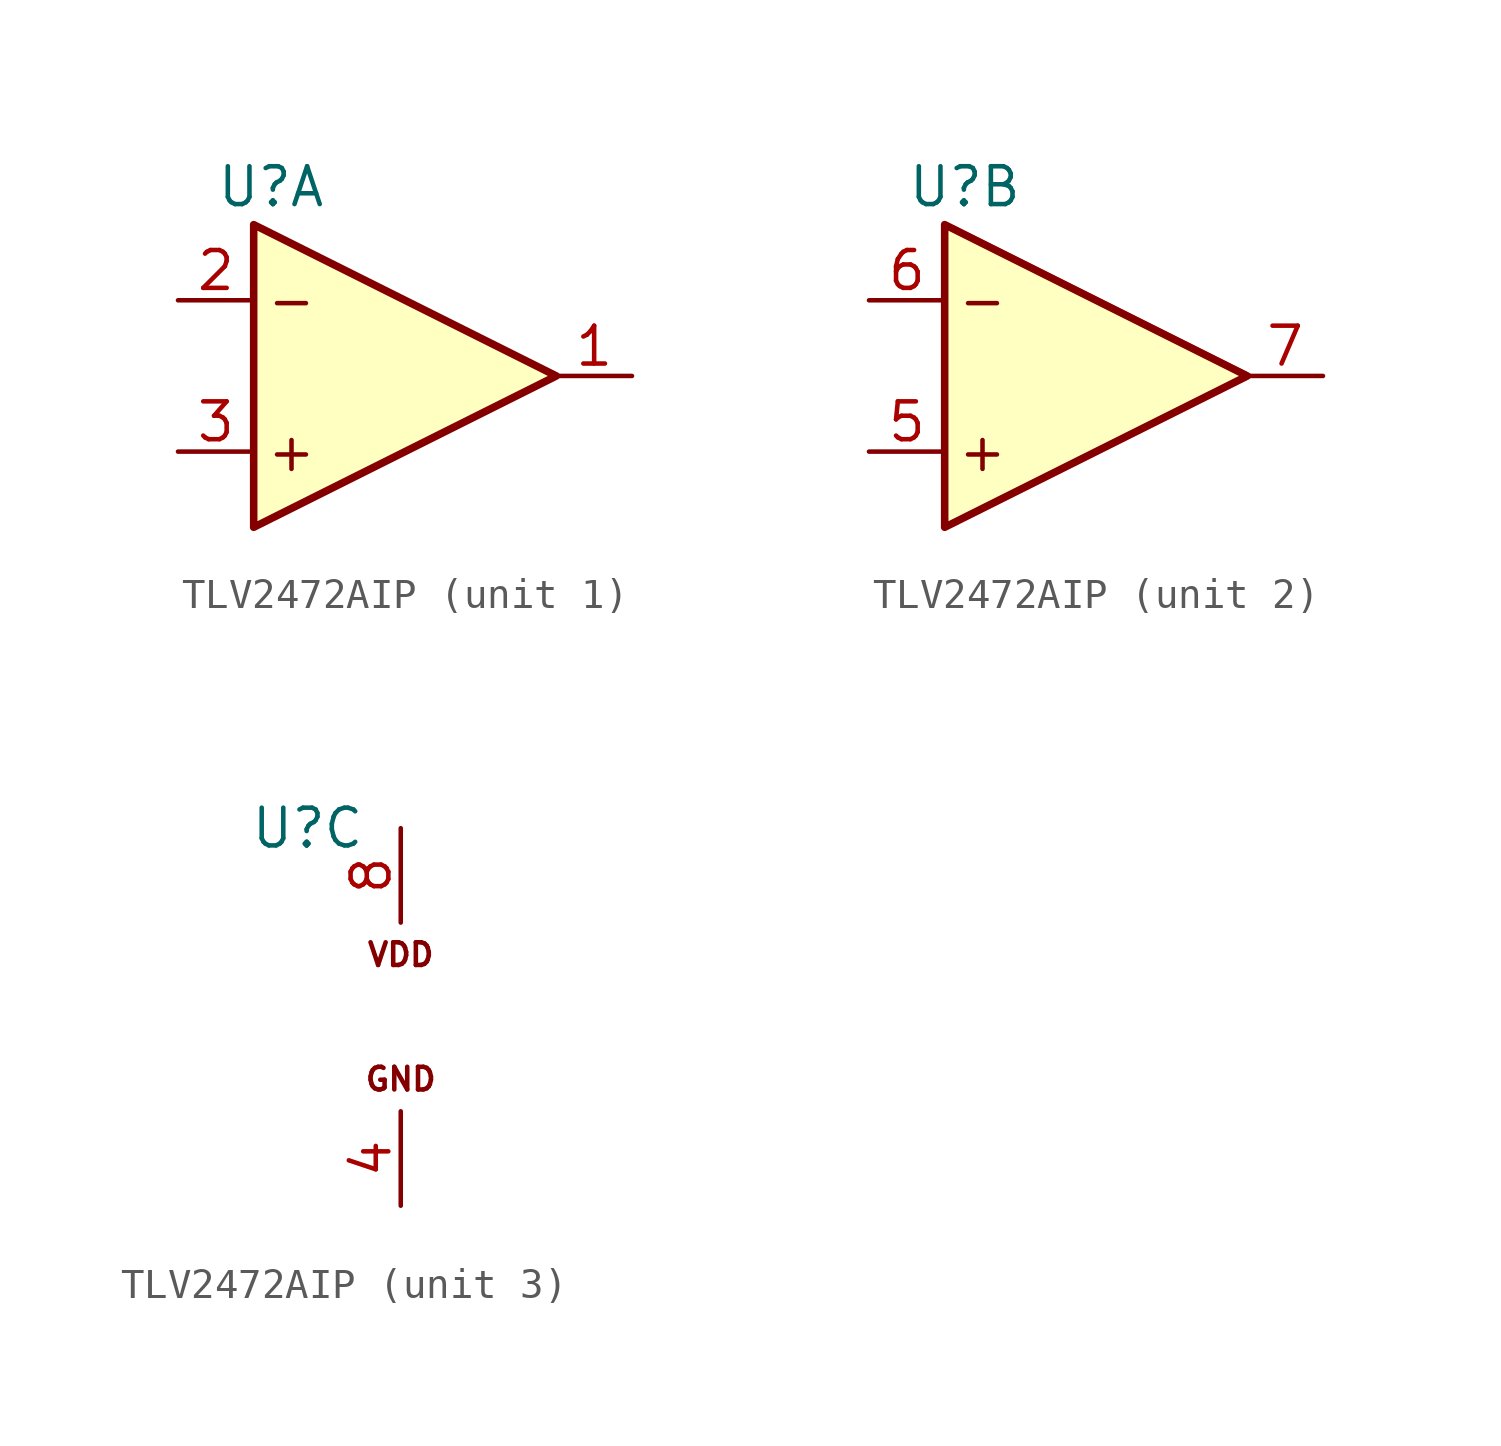
<source format=kicad_sym>
(kicad_symbol_lib
  (version 20220914)
  (generator kicad_symbol_editor)
  (symbol "TLV2472AIP"
    (pin_names hide)
    (property "Reference" "U"
      (at -5.08 6.35 0)
      (effects (font (size 1.27 1.27)) (justify left)))
    (property "ki_locked" ""
      (at 0 0 0)
      (effects (font (size 1.27 1.27))))
    (symbol "TLV2472AIP_1_1"
      (polyline (pts (xy -3.81 5.08) (xy 6.35 0) (xy -3.81 -5.08) (xy -3.81 5.08)) (stroke (width 0.254) (type default)) (fill (type background)))
      (text "+" (at -2.54 -2.54 0) (effects (font (size 1.27 1.27))))
      (text "-" (at -2.54 2.54 0) (effects (font (size 1.27 1.27))))
      (pin output line (at 8.89 0 180) (length 2.54) (name "OUT" (effects (font (size 1.27 1.27)))) (number "1" (effects (font (size 1.27 1.27)))))
      (pin input line (at -6.35 2.54 0) (length 2.54) (name "-" (effects (font (size 1.27 1.27)))) (number "2" (effects (font (size 1.27 1.27)))))
      (pin input line (at -6.35 -2.54 0) (length 2.54) (name "+" (effects (font (size 1.27 1.27)))) (number "3" (effects (font (size 1.27 1.27))))))
    (symbol "TLV2472AIP_2_1"
      (polyline (pts (xy -3.81 5.08) (xy 6.35 0) (xy -3.81 -5.08) (xy -3.81 5.08)) (stroke (width 0.254) (type default)) (fill (type background)))
      (text "+" (at -2.54 -2.54 0) (effects (font (size 1.27 1.27))))
      (text "-" (at -2.54 2.54 0) (effects (font (size 1.27 1.27))))
      (pin input line (at -6.35 -2.54 0) (length 2.54) (name "+" (effects (font (size 1.27 1.27)))) (number "5" (effects (font (size 1.27 1.27)))))
      (pin input line (at -6.35 2.54 0) (length 2.54) (name "-" (effects (font (size 1.27 1.27)))) (number "6" (effects (font (size 1.27 1.27)))))
      (pin output line (at 8.89 0 180) (length 2.54) (name "OUT" (effects (font (size 1.27 1.27)))) (number "7" (effects (font (size 1.27 1.27))))))
    (symbol "TLV2472AIP_3_1"
      (text "GND" (at 0 -2.54 0) (effects (font (size 0.762 0.762)) (justify bottom)))
      (text "VDD" (at 0 2.54 0) (effects (font (size 0.762 0.762)) (justify top)))
      (pin power_in line (at 0 -6.35 90) (length 3.175) (name "GND" (effects (font (size 1.27 1.27)))) (number "4" (effects (font (size 1.27 1.27)))))
      (pin power_in line (at 0 6.35 270) (length 3.175) (name "V+" (effects (font (size 1.27 1.27)))) (number "8" (effects (font (size 1.27 1.27))))))))
</source>
